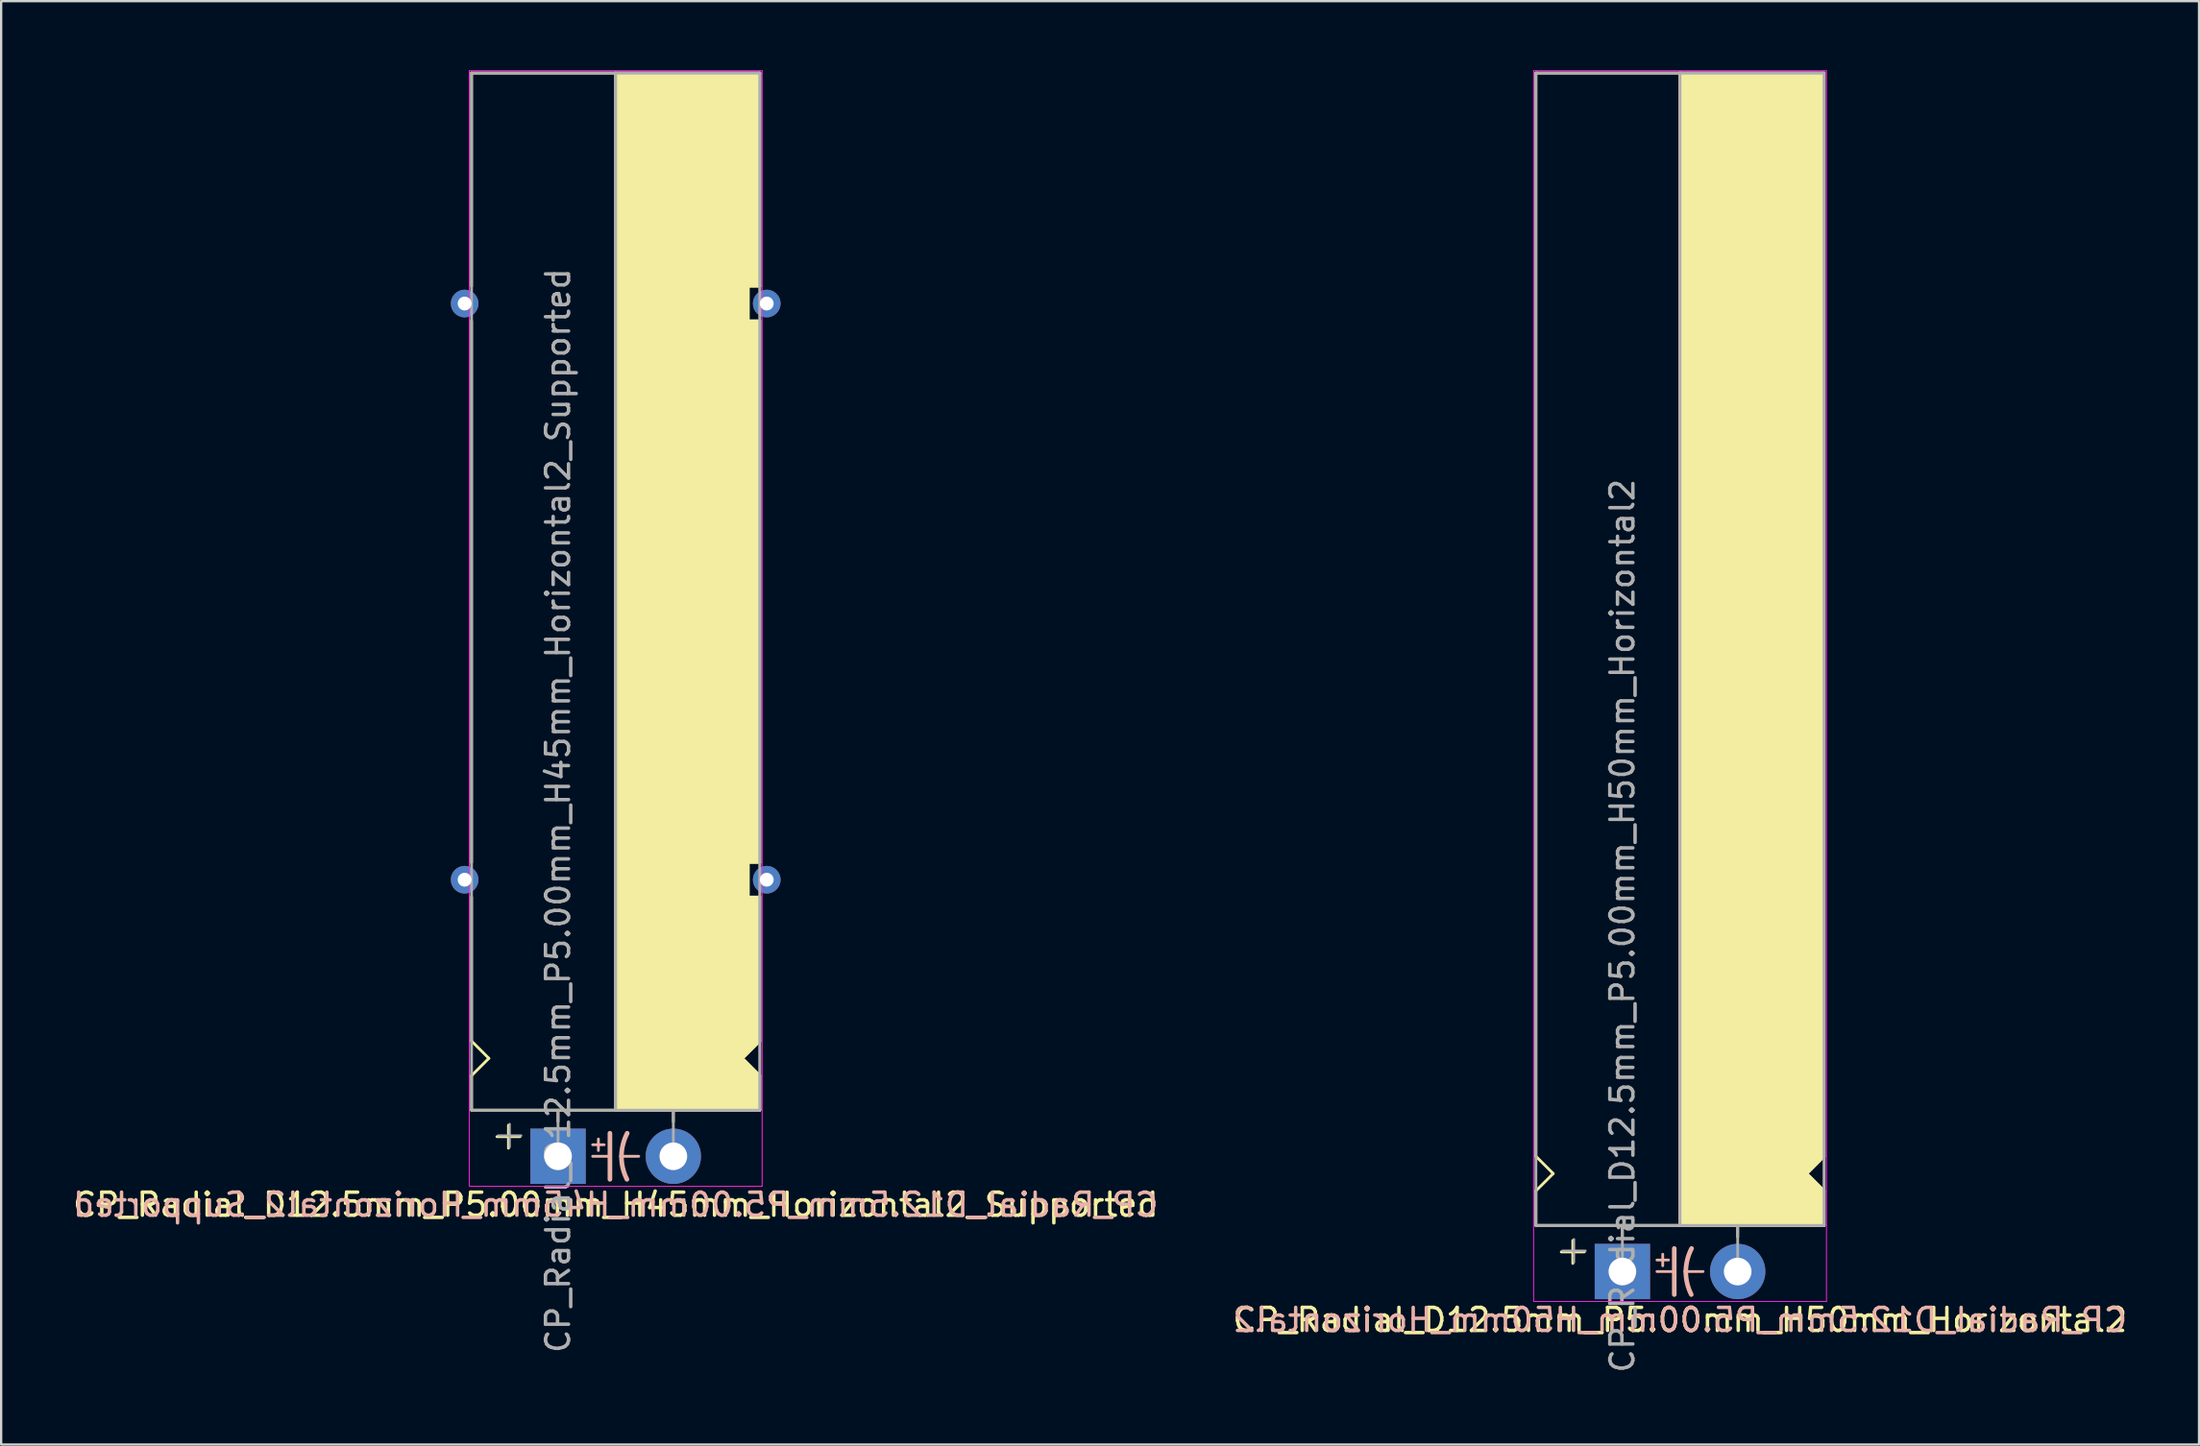
<source format=kicad_pcb>
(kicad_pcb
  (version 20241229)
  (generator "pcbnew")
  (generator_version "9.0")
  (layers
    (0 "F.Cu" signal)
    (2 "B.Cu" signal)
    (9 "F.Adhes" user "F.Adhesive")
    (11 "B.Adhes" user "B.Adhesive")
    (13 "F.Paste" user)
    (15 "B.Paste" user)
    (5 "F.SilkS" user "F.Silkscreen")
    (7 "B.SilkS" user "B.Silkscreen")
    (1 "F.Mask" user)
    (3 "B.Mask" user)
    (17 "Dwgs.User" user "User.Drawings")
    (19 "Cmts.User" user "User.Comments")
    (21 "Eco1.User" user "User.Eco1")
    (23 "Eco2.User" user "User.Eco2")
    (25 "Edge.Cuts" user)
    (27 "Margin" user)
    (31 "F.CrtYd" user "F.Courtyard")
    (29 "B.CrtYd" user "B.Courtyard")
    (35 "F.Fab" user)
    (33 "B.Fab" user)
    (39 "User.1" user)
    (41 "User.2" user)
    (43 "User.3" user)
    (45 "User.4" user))
  (footprint "CP_Radial_D12.5mm_P5.00mm_H50mm_Horizontal2"
    (layer "F.Cu")
    (at 67.304 52.12)
    (property "Reference" "CP_Radial_D12.5mm_P5.00mm_H50mm_Horizontal2" (at 2.5 2.1 180) (layer "F.SilkS") (effects (font (size 1 1) (thickness 0.15))))
    (fp_line (start -3.75 -5) (end -3.75 -52) (stroke (width 0.12) (type solid)) (layer "F.SilkS"))
    (fp_line (start -3.75 -3.5) (end -3 -4.25) (stroke (width 0.12) (type solid)) (layer "F.SilkS"))
    (fp_line (start -3.75 -2) (end -3.75 -3.5) (stroke (width 0.12) (type solid)) (layer "F.SilkS"))
    (fp_line (start -3 -4.25) (end -3.75 -5) (stroke (width 0.12) (type solid)) (layer "F.SilkS"))
    (fp_line (start -2.15 -1.35) (end -2.15 -0.35) (stroke (width 0.12) (type solid)) (layer "F.SilkS"))
    (fp_line (start -1.65 -0.85) (end -2.65 -0.85) (stroke (width 0.12) (type solid)) (layer "F.SilkS"))
    (fp_line (start 0 -1.5) (end 0 -2) (stroke (width 0.12) (type solid)) (layer "F.SilkS"))
    (fp_line (start 2.5 -2) (end -3.75 -2) (stroke (width 0.12) (type solid)) (layer "F.SilkS"))
    (fp_line (start 2.5 -2) (end 2.5 -52) (stroke (width 0.12) (type solid)) (layer "F.SilkS"))
    (fp_line (start 2.5 -2) (end 8.75 -2) (stroke (width 0.12) (type solid)) (layer "F.SilkS"))
    (fp_line (start 5 -1.5) (end 5 -2) (stroke (width 0.12) (type solid)) (layer "F.SilkS"))
    (fp_line (start 8 -4.25) (end 8.75 -5) (stroke (width 0.12) (type solid)) (layer "F.SilkS"))
    (fp_line (start 8.75 -52) (end -3.75 -52) (stroke (width 0.12) (type solid)) (layer "F.SilkS"))
    (fp_line (start 8.75 -5) (end 8.75 -52) (stroke (width 0.12) (type solid)) (layer "F.SilkS"))
    (fp_line (start 8.75 -3.5) (end 8 -4.25) (stroke (width 0.12) (type solid)) (layer "F.SilkS"))
    (fp_line (start 8.75 -2) (end 8.75 -3.5) (stroke (width 0.12) (type solid)) (layer "F.SilkS"))
    (fp_poly (pts (xy 8.75 -3.5) (xy 8 -4.25) (xy 8.75 -5) (xy 8.75 -52) (xy 2.5 -52) (xy 2.5 -2) (xy 8.75 -2)) (stroke (width 0.1) (type solid)) (fill yes) (layer "F.SilkS"))
    (fp_line (start 1.5 -0.5) (end 2 -0.5) (stroke (width 0.12) (type solid)) (layer "B.SilkS"))
    (fp_line (start 1.5 0) (end 2.25 0) (stroke (width 0.12) (type solid)) (layer "B.SilkS"))
    (fp_line (start 1.75 -0.75) (end 1.75 -0.25) (stroke (width 0.12) (type solid)) (layer "B.SilkS"))
    (fp_line (start 2.25 1) (end 2.25 -1) (stroke (width 0.2) (type solid)) (layer "B.SilkS"))
    (fp_line (start 3.5 0) (end 2.75 0) (stroke (width 0.12) (type solid)) (layer "B.SilkS"))
    (fp_arc (start 2.75 0) (mid 2.816707 -0.514573) (end 3 -1) (stroke (width 0.2) (type solid)) (layer "B.SilkS"))
    (fp_arc (start 2.987539 1) (mid 2.810247 0.513901) (end 2.75 0) (stroke (width 0.2) (type solid)) (layer "B.SilkS"))
    (fp_line (start -3.85 -52.1) (end -3.85 1.3) (stroke (width 0.04) (type solid)) (layer "F.CrtYd"))
    (fp_line (start 8.85 -52.1) (end -3.85 -52.1) (stroke (width 0.04) (type solid)) (layer "F.CrtYd"))
    (fp_line (start 8.85 1.3) (end -3.85 1.3) (stroke (width 0.04) (type solid)) (layer "F.CrtYd"))
    (fp_line (start 8.85 1.3) (end 8.85 -52.1) (stroke (width 0.04) (type solid)) (layer "F.CrtYd"))
    (fp_line (start -3.75 -52) (end 8.75 -52) (stroke (width 0.12) (type solid)) (layer "F.Fab"))
    (fp_line (start -3.75 -2) (end -3.75 -52) (stroke (width 0.12) (type solid)) (layer "F.Fab"))
    (fp_line (start -2.6 -0.9) (end -1.6 -0.9) (stroke (width 0.1) (type solid)) (layer "F.Fab"))
    (fp_line (start -2.1 -0.4) (end -2.1 -1.4) (stroke (width 0.1) (type solid)) (layer "F.Fab"))
    (fp_line (start 0 -2) (end -3.75 -2) (stroke (width 0.12) (type solid)) (layer "F.Fab"))
    (fp_line (start 0 0) (end 0 -2) (stroke (width 0.12) (type solid)) (layer "F.Fab"))
    (fp_line (start 2.5 -2) (end 2.5 -52) (stroke (width 0.12) (type solid)) (layer "F.Fab"))
    (fp_line (start 5 -2) (end 5 0) (stroke (width 0.12) (type solid)) (layer "F.Fab"))
    (fp_line (start 8.75 -52) (end 8.75 -2) (stroke (width 0.12) (type solid)) (layer "F.Fab"))
    (fp_line (start 8.75 -2) (end 0 -2) (stroke (width 0.12) (type solid)) (layer "F.Fab"))
    (fp_poly (pts (xy 8.75 -52) (xy 2.5 -52) (xy 2.5 -2) (xy 8.75 -2)) (stroke (width 0.1) (type solid)) (fill no) (layer "F.Fab"))
    (fp_text user "${REFERENCE}" (at 2.5 2.1 0) (layer "B.SilkS") (effects (font (size 1 1) (thickness 0.15)) (justify mirror)))
    (fp_text user "${REFERENCE}" (at 0 -15 90) (layer "F.Fab") (effects (font (size 1 1) (thickness 0.15))))
    (pad "1" thru_hole rect (at 0 0) (size 2.4 2.4) (drill 1.2) (layers "*.Cu" "*.Mask"))
    (pad "2" thru_hole circle (at 5 0) (size 2.4 2.4) (drill 1.2) (layers "*.Cu" "*.Mask")))
  (footprint "CP_Radial_D12.5mm_P5.00mm_H45mm_Horizontal2_Supported"
    (layer "F.Cu")
    (at 21.149 47.12)
    (property "Reference" "CP_Radial_D12.5mm_P5.00mm_H45mm_Horizontal2_Supported" (at 2.5 2.1 180) (layer "F.SilkS") (effects (font (size 1 1) (thickness 0.15))))
    (fp_line (start -3.75 -47) (end -3.75 -37.75) (stroke (width 0.12) (type solid)) (layer "F.SilkS"))
    (fp_line (start -3.75 -12.75) (end -3.75 -36.25) (stroke (width 0.12) (type solid)) (layer "F.SilkS"))
    (fp_line (start -3.75 -5) (end -3.75 -11.25) (stroke (width 0.12) (type solid)) (layer "F.SilkS"))
    (fp_line (start -3.75 -3.5) (end -3 -4.25) (stroke (width 0.12) (type solid)) (layer "F.SilkS"))
    (fp_line (start -3.75 -2) (end -3.75 -3.5) (stroke (width 0.12) (type solid)) (layer "F.SilkS"))
    (fp_line (start -3 -4.25) (end -3.75 -5) (stroke (width 0.12) (type solid)) (layer "F.SilkS"))
    (fp_line (start -2.15 -1.35) (end -2.15 -0.35) (stroke (width 0.12) (type solid)) (layer "F.SilkS"))
    (fp_line (start -1.65 -0.85) (end -2.65 -0.85) (stroke (width 0.12) (type solid)) (layer "F.SilkS"))
    (fp_line (start 0 -1.5) (end 0 -2) (stroke (width 0.12) (type solid)) (layer "F.SilkS"))
    (fp_line (start 2.5 -2) (end -3.75 -2) (stroke (width 0.12) (type solid)) (layer "F.SilkS"))
    (fp_line (start 2.5 -2) (end 2.5 -47) (stroke (width 0.12) (type solid)) (layer "F.SilkS"))
    (fp_line (start 2.5 -2) (end 8.75 -2) (stroke (width 0.12) (type solid)) (layer "F.SilkS"))
    (fp_line (start 5 -1.5) (end 5 -2) (stroke (width 0.12) (type solid)) (layer "F.SilkS"))
    (fp_line (start 8 -4.25) (end 8.75 -5) (stroke (width 0.12) (type solid)) (layer "F.SilkS"))
    (fp_line (start 8.25 -37.75) (end 8.25 -36.25) (stroke (width 0.12) (type solid)) (layer "F.SilkS"))
    (fp_line (start 8.25 -36.25) (end 8.75 -36.25) (stroke (width 0.12) (type solid)) (layer "F.SilkS"))
    (fp_line (start 8.25 -12.75) (end 8.25 -11.25) (stroke (width 0.12) (type solid)) (layer "F.SilkS"))
    (fp_line (start 8.25 -11.25) (end 8.75 -11.25) (stroke (width 0.12) (type solid)) (layer "F.SilkS"))
    (fp_line (start 8.75 -47) (end -3.75 -47) (stroke (width 0.12) (type solid)) (layer "F.SilkS"))
    (fp_line (start 8.75 -47) (end 8.75 -37.75) (stroke (width 0.12) (type solid)) (layer "F.SilkS"))
    (fp_line (start 8.75 -37.75) (end 8.25 -37.75) (stroke (width 0.12) (type solid)) (layer "F.SilkS"))
    (fp_line (start 8.75 -12.75) (end 8.25 -12.75) (stroke (width 0.12) (type solid)) (layer "F.SilkS"))
    (fp_line (start 8.75 -12.75) (end 8.75 -36.25) (stroke (width 0.12) (type solid)) (layer "F.SilkS"))
    (fp_line (start 8.75 -5) (end 8.75 -11.25) (stroke (width 0.12) (type solid)) (layer "F.SilkS"))
    (fp_line (start 8.75 -3.5) (end 8 -4.25) (stroke (width 0.12) (type solid)) (layer "F.SilkS"))
    (fp_line (start 8.75 -2) (end 8.75 -3.5) (stroke (width 0.12) (type solid)) (layer "F.SilkS"))
    (fp_poly (pts (xy 8.75 -3.5) (xy 8 -4.25) (xy 8.75 -5) (xy 8.75 -11.25) (xy 8.25 -11.25) (xy 8.25 -12.75) (xy 8.75 -12.75) (xy 8.75 -36.25) (xy 8.25 -36.25) (xy 8.25 -37.75) (xy 8.75 -37.75) (xy 8.75 -47) (xy 2.5 -47) (xy 2.5 -2) (xy 8.75 -2)) (stroke (width 0.1) (type solid)) (fill yes) (layer "F.SilkS"))
    (fp_line (start 1.5 -0.5) (end 2 -0.5) (stroke (width 0.12) (type solid)) (layer "B.SilkS"))
    (fp_line (start 1.5 0) (end 2.25 0) (stroke (width 0.12) (type solid)) (layer "B.SilkS"))
    (fp_line (start 1.75 -0.75) (end 1.75 -0.25) (stroke (width 0.12) (type solid)) (layer "B.SilkS"))
    (fp_line (start 2.25 1) (end 2.25 -1) (stroke (width 0.2) (type solid)) (layer "B.SilkS"))
    (fp_line (start 3.5 0) (end 2.75 0) (stroke (width 0.12) (type solid)) (layer "B.SilkS"))
    (fp_arc (start 2.75 0) (mid 2.816707 -0.514573) (end 3 -1) (stroke (width 0.2) (type solid)) (layer "B.SilkS"))
    (fp_arc (start 2.987539 1) (mid 2.810247 0.513901) (end 2.75 0) (stroke (width 0.2) (type solid)) (layer "B.SilkS"))
    (fp_line (start -3.85 -47.1) (end -3.85 1.3) (stroke (width 0.04) (type solid)) (layer "F.CrtYd"))
    (fp_line (start 8.85 -47.1) (end -3.85 -47.1) (stroke (width 0.04) (type solid)) (layer "F.CrtYd"))
    (fp_line (start 8.85 1.3) (end -3.85 1.3) (stroke (width 0.04) (type solid)) (layer "F.CrtYd"))
    (fp_line (start 8.85 1.3) (end 8.85 -47.1) (stroke (width 0.04) (type solid)) (layer "F.CrtYd"))
    (fp_line (start -3.75 -47) (end 8.75 -47) (stroke (width 0.12) (type solid)) (layer "F.Fab"))
    (fp_line (start -3.75 -2) (end -3.75 -47) (stroke (width 0.12) (type solid)) (layer "F.Fab"))
    (fp_line (start -2.6 -0.9) (end -1.6 -0.9) (stroke (width 0.1) (type solid)) (layer "F.Fab"))
    (fp_line (start -2.1 -0.4) (end -2.1 -1.4) (stroke (width 0.1) (type solid)) (layer "F.Fab"))
    (fp_line (start 0 -2) (end -3.75 -2) (stroke (width 0.12) (type solid)) (layer "F.Fab"))
    (fp_line (start 0 0) (end 0 -2) (stroke (width 0.12) (type solid)) (layer "F.Fab"))
    (fp_line (start 2.5 -2) (end 2.5 -47) (stroke (width 0.12) (type solid)) (layer "F.Fab"))
    (fp_line (start 5 -2) (end 5 0) (stroke (width 0.12) (type solid)) (layer "F.Fab"))
    (fp_line (start 8.75 -47) (end 8.75 -2) (stroke (width 0.12) (type solid)) (layer "F.Fab"))
    (fp_line (start 8.75 -2) (end 0 -2) (stroke (width 0.12) (type solid)) (layer "F.Fab"))
    (fp_poly (pts (xy 8.75 -47) (xy 2.5 -47) (xy 2.5 -2) (xy 8.75 -2)) (stroke (width 0.1) (type solid)) (fill no) (layer "F.Fab"))
    (fp_text user "${REFERENCE}" (at 2.5 2.1 0) (layer "B.SilkS") (effects (font (size 1 1) (thickness 0.15)) (justify mirror)))
    (fp_text user "${REFERENCE}" (at 0 -15 90) (layer "F.Fab") (effects (font (size 1 1) (thickness 0.15))))
    (pad "1" thru_hole rect (at 0 0) (size 2.4 2.4) (drill 1.2) (layers "*.Cu" "*.Mask"))
    (pad "2" thru_hole circle (at 5 0) (size 2.4 2.4) (drill 1.2) (layers "*.Cu" "*.Mask"))
    (pad "~" thru_hole circle (at -4.05 -37 180) (size 1.2 1.2) (drill 0.6) (layers "*.Cu" "*.Mask"))
    (pad "~" thru_hole circle (at -4.05 -12 180) (size 1.2 1.2) (drill 0.6) (layers "*.Cu" "*.Mask"))
    (pad "~" thru_hole circle (at 9.05 -37 180) (size 1.2 1.2) (drill 0.6) (layers "*.Cu" "*.Mask"))
    (pad "~" thru_hole circle (at 9.05 -12 180) (size 1.2 1.2) (drill 0.6) (layers "*.Cu" "*.Mask")))
  (gr_rect
    (start -3 -3)
    (end 92.31 59.626)
    (stroke (width 0.1) (type default))
    (fill no)
    (layer "Edge.Cuts")))
</source>
